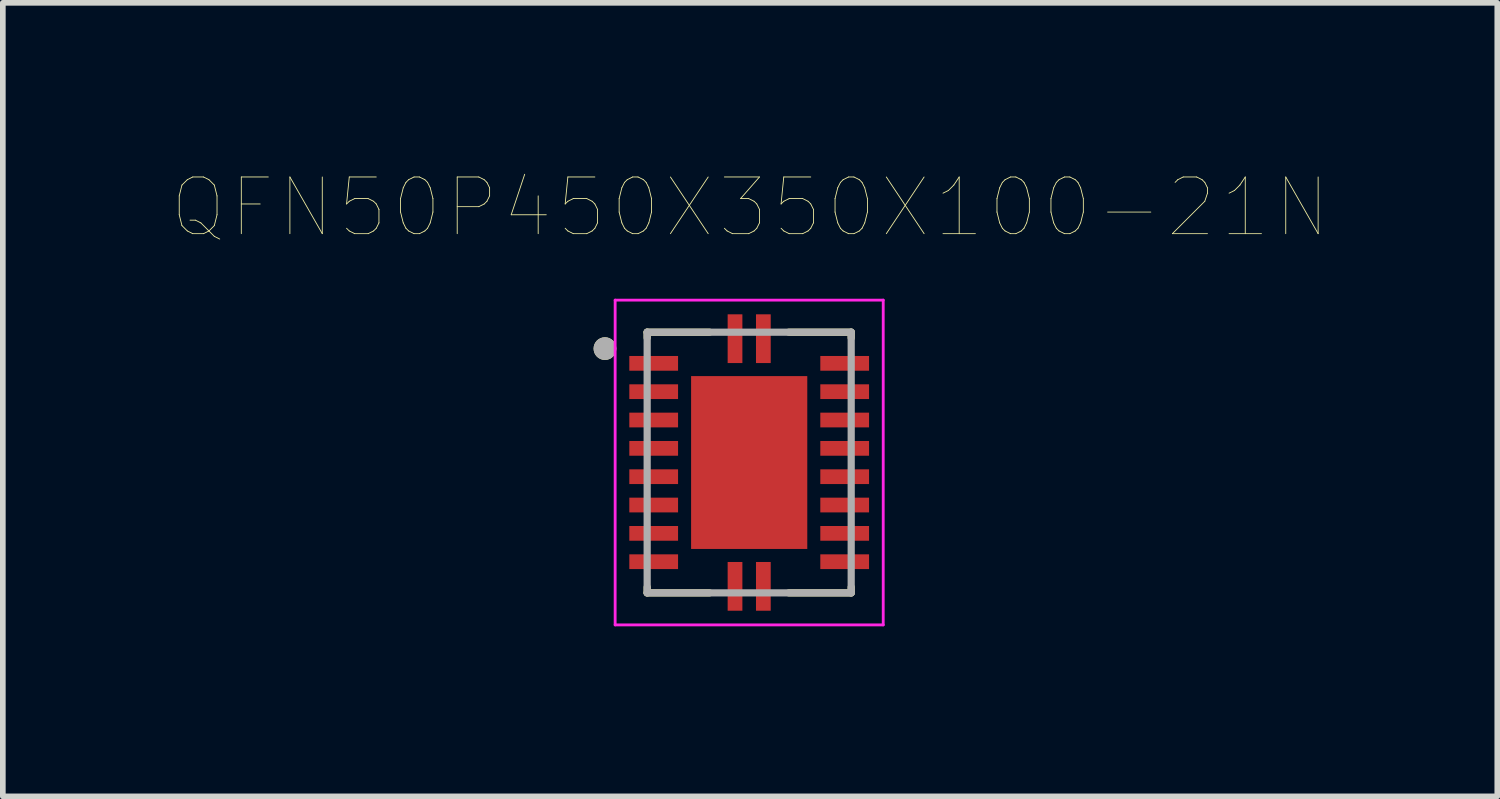
<source format=kicad_pcb>
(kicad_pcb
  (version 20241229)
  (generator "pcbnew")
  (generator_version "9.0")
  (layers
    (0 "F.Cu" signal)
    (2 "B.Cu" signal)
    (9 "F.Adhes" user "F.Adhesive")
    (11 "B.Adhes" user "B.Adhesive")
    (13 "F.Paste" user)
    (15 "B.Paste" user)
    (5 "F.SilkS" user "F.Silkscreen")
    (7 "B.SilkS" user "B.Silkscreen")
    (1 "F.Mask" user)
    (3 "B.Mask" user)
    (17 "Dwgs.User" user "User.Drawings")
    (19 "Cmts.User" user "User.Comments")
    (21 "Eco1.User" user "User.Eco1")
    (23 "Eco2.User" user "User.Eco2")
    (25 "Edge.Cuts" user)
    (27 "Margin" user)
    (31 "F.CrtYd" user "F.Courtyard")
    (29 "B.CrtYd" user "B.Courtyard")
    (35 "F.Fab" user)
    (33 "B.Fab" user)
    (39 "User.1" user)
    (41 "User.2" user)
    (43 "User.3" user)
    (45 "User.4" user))
  (footprint "QFN50P450X350X100-21N"
    (layer "F.Cu")
    (at 10.169 5.111)
    (property "Reference" "QFN50P450X350X100-21N" (at 0.015 -4.5 0) (layer "F.SilkS") (effects (font (size 1 1) (thickness 0.015))))
    (attr through_hole)
    (fp_line (start -1.8 -2.3) (end -1.8 -2.2) (stroke (width 0.127) (type solid)) (layer "F.SilkS"))
    (fp_line (start -1.8 -2.3) (end -0.7 -2.3) (stroke (width 0.127) (type solid)) (layer "F.SilkS"))
    (fp_line (start -1.8 2.3) (end -1.8 2.2) (stroke (width 0.127) (type solid)) (layer "F.SilkS"))
    (fp_line (start -1.8 2.3) (end -0.7 2.3) (stroke (width 0.127) (type solid)) (layer "F.SilkS"))
    (fp_line (start 1.8 -2.3) (end 0.7 -2.3) (stroke (width 0.127) (type solid)) (layer "F.SilkS"))
    (fp_line (start 1.8 -2.3) (end 1.8 -2.2) (stroke (width 0.127) (type solid)) (layer "F.SilkS"))
    (fp_line (start 1.8 2.3) (end 0.7 2.3) (stroke (width 0.127) (type solid)) (layer "F.SilkS"))
    (fp_line (start 1.8 2.3) (end 1.8 2.2) (stroke (width 0.127) (type solid)) (layer "F.SilkS"))
    (fp_circle (center -2.545 -2.01) (end -2.445 -2.01) (stroke (width 0.2) (type solid)) (fill no) (layer "F.SilkS"))
    (fp_poly (pts (xy -0.89 -1.33) (xy -0.13 -1.33) (xy -0.13 -0.19) (xy -0.89 -0.19)) (stroke (width 0.01) (type solid)) (fill yes) (layer "F.Paste"))
    (fp_poly (pts (xy -0.89 0.19) (xy -0.13 0.19) (xy -0.13 1.33) (xy -0.89 1.33)) (stroke (width 0.01) (type solid)) (fill yes) (layer "F.Paste"))
    (fp_poly (pts (xy 0.13 -1.33) (xy 0.89 -1.33) (xy 0.89 -0.19) (xy 0.13 -0.19)) (stroke (width 0.01) (type solid)) (fill yes) (layer "F.Paste"))
    (fp_poly (pts (xy 0.13 0.19) (xy 0.89 0.19) (xy 0.89 1.33) (xy 0.13 1.33)) (stroke (width 0.01) (type solid)) (fill yes) (layer "F.Paste"))
    (fp_line (start -2.365 -2.865) (end 2.365 -2.865) (stroke (width 0.05) (type solid)) (layer "F.CrtYd"))
    (fp_line (start -2.365 2.865) (end -2.365 -2.865) (stroke (width 0.05) (type solid)) (layer "F.CrtYd"))
    (fp_line (start -2.365 2.865) (end 2.365 2.865) (stroke (width 0.05) (type solid)) (layer "F.CrtYd"))
    (fp_line (start 2.365 2.865) (end 2.365 -2.865) (stroke (width 0.05) (type solid)) (layer "F.CrtYd"))
    (fp_line (start -1.8 2.3) (end -1.8 -2.3) (stroke (width 0.127) (type solid)) (layer "F.Fab"))
    (fp_line (start 1.8 -2.3) (end -1.8 -2.3) (stroke (width 0.127) (type solid)) (layer "F.Fab"))
    (fp_line (start 1.8 2.3) (end -1.8 2.3) (stroke (width 0.127) (type solid)) (layer "F.Fab"))
    (fp_line (start 1.8 2.3) (end 1.8 -2.3) (stroke (width 0.127) (type solid)) (layer "F.Fab"))
    (fp_circle (center -2.545 -2.01) (end -2.445 -2.01) (stroke (width 0.2) (type solid)) (fill no) (layer "F.Fab"))
    (pad "1" smd rect (at -1.685 -1.75) (size 0.86 0.26) (layers "F.Cu" "F.Mask" "F.Paste"))
    (pad "2" smd rect (at -1.685 -1.25) (size 0.86 0.26) (layers "F.Cu" "F.Mask" "F.Paste"))
    (pad "3" smd rect (at -1.685 -0.75) (size 0.86 0.26) (layers "F.Cu" "F.Mask" "F.Paste"))
    (pad "4" smd rect (at -1.685 -0.25) (size 0.86 0.26) (layers "F.Cu" "F.Mask" "F.Paste"))
    (pad "5" smd rect (at -1.685 0.25) (size 0.86 0.26) (layers "F.Cu" "F.Mask" "F.Paste"))
    (pad "6" smd rect (at -1.685 0.75) (size 0.86 0.26) (layers "F.Cu" "F.Mask" "F.Paste"))
    (pad "7" smd rect (at -1.685 1.25) (size 0.86 0.26) (layers "F.Cu" "F.Mask" "F.Paste"))
    (pad "8" smd rect (at -1.685 1.75) (size 0.86 0.26) (layers "F.Cu" "F.Mask" "F.Paste"))
    (pad "9" smd rect (at -0.25 2.185) (size 0.26 0.86) (layers "F.Cu" "F.Mask" "F.Paste"))
    (pad "10" smd rect (at 0.25 2.185) (size 0.26 0.86) (layers "F.Cu" "F.Mask" "F.Paste"))
    (pad "11" smd rect (at 1.685 1.75) (size 0.86 0.26) (layers "F.Cu" "F.Mask" "F.Paste"))
    (pad "12" smd rect (at 1.685 1.25) (size 0.86 0.26) (layers "F.Cu" "F.Mask" "F.Paste"))
    (pad "13" smd rect (at 1.685 0.75) (size 0.86 0.26) (layers "F.Cu" "F.Mask" "F.Paste"))
    (pad "14" smd rect (at 1.685 0.25) (size 0.86 0.26) (layers "F.Cu" "F.Mask" "F.Paste"))
    (pad "15" smd rect (at 1.685 -0.25) (size 0.86 0.26) (layers "F.Cu" "F.Mask" "F.Paste"))
    (pad "16" smd rect (at 1.685 -0.75) (size 0.86 0.26) (layers "F.Cu" "F.Mask" "F.Paste"))
    (pad "17" smd rect (at 1.685 -1.25) (size 0.86 0.26) (layers "F.Cu" "F.Mask" "F.Paste"))
    (pad "18" smd rect (at 1.685 -1.75) (size 0.86 0.26) (layers "F.Cu" "F.Mask" "F.Paste"))
    (pad "19" smd rect (at 0.25 -2.185) (size 0.26 0.86) (layers "F.Cu" "F.Mask" "F.Paste"))
    (pad "20" smd rect (at -0.25 -2.185) (size 0.26 0.86) (layers "F.Cu" "F.Mask" "F.Paste"))
    (pad "21" smd rect (at 0 0) (size 2.05 3.05) (layers "F.Cu" "F.Mask")))
  (gr_rect
    (start -3 -3)
    (end 23.369 11.001)
    (stroke (width 0.1) (type default))
    (fill no)
    (layer "Edge.Cuts")))
</source>
